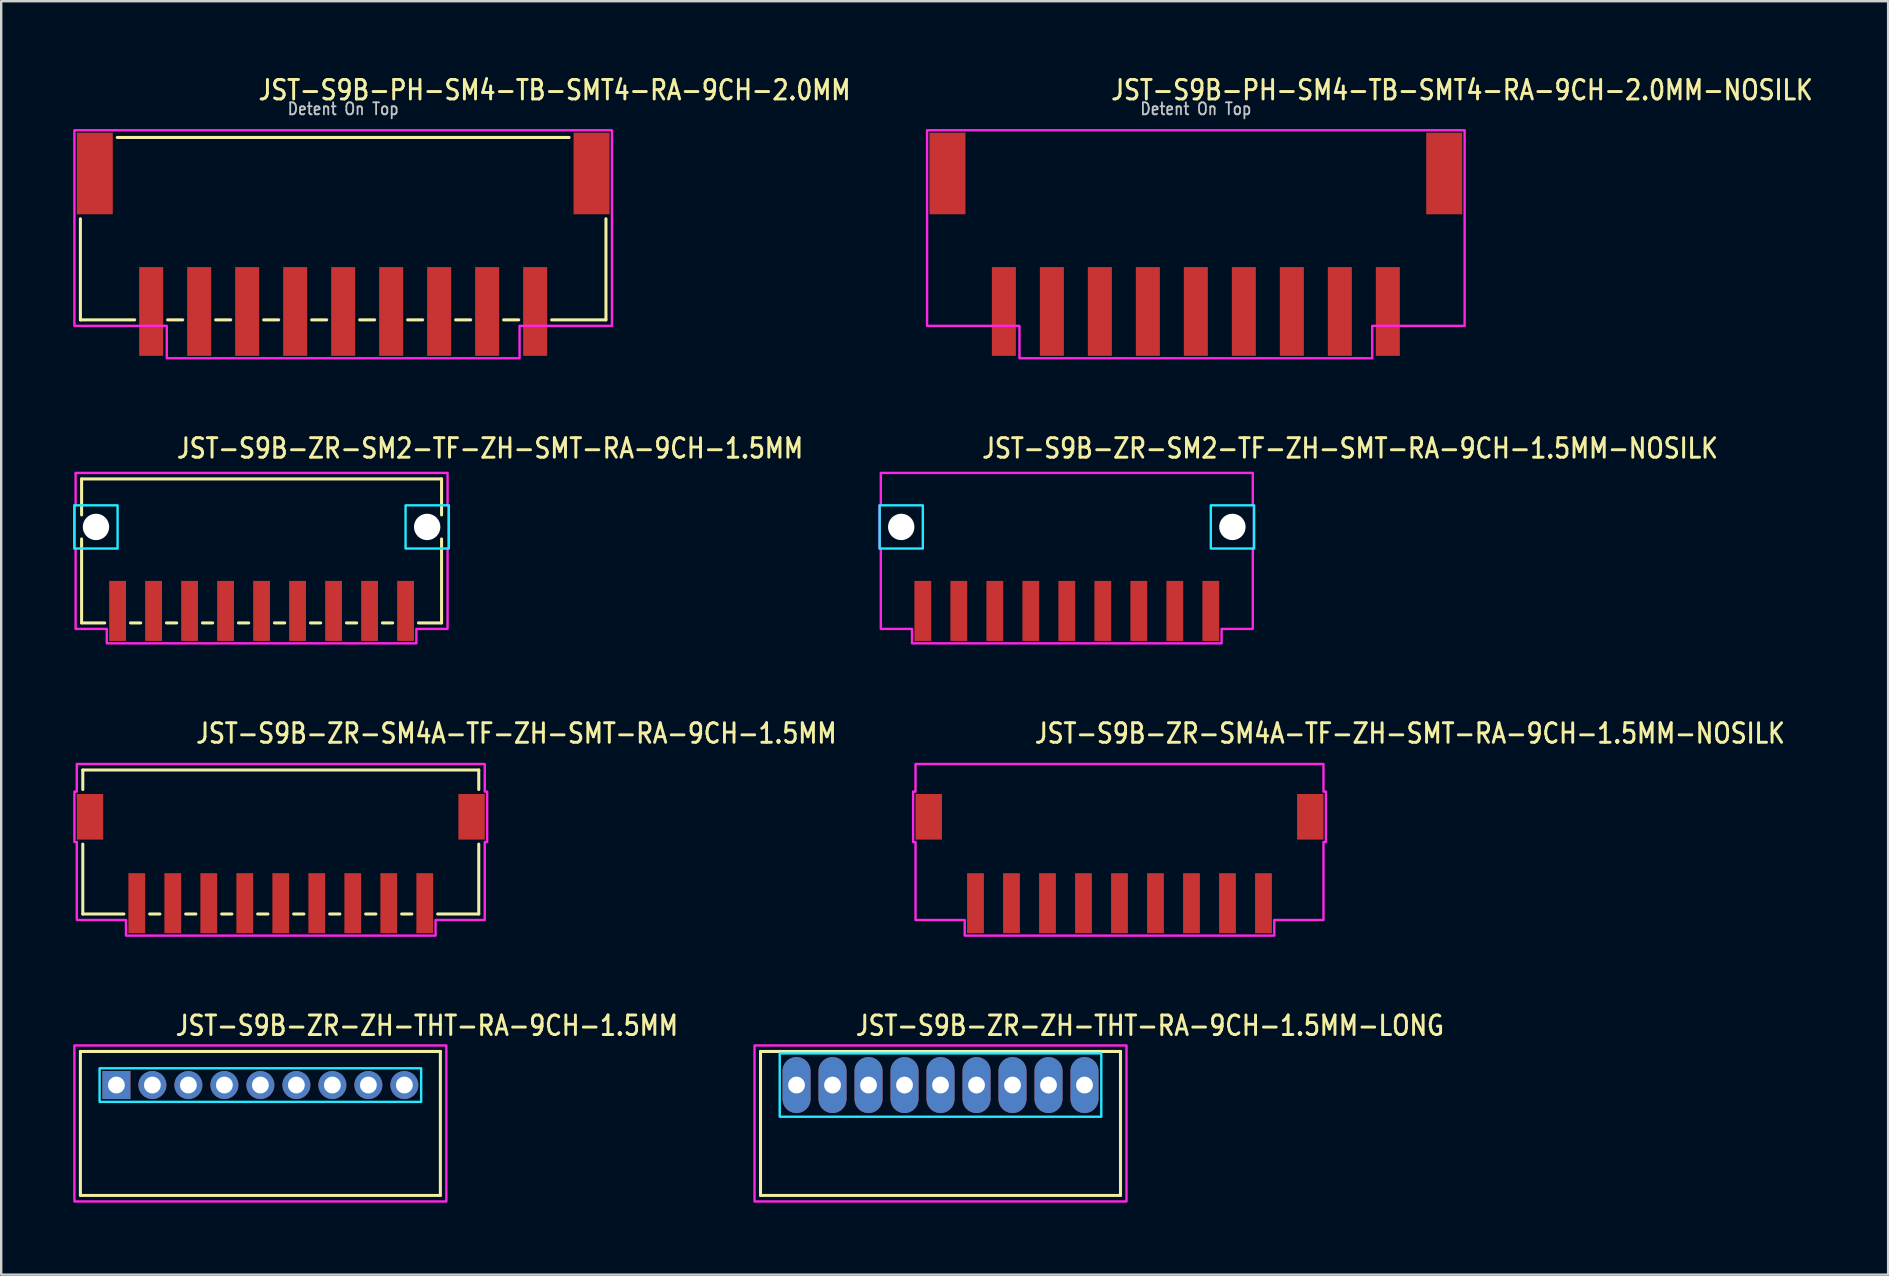
<source format=kicad_pcb>
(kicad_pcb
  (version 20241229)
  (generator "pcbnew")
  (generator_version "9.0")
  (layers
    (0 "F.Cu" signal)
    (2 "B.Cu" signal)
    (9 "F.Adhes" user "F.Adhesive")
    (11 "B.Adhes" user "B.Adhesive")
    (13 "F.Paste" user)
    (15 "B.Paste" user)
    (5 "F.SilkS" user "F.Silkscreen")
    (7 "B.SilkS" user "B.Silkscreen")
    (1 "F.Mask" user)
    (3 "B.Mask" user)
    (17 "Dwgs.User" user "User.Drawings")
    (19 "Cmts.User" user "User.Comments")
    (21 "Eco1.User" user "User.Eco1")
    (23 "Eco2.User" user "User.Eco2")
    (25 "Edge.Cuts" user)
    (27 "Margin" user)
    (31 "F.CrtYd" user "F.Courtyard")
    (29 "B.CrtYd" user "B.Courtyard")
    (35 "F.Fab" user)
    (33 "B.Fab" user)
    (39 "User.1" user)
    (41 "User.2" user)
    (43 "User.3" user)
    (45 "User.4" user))
  (footprint "JST-S9B-ZR-ZH-THT-RA-9CH-1.5MM-LONG"
    (layer "F.Cu")
    (at 36.141 42.164)
    (property "Reference" "JST-S9B-ZR-ZH-THT-RA-9CH-1.5MM-LONG" (at -3.6 -2 0) (unlocked yes) (layer "F.SilkS") (effects (font (size 0.813 0.695) (thickness 0.122)) (justify left bottom)))
    (fp_line (start -7.5 -1.4) (end 7.5 -1.4) (stroke (width 0.127) (type solid)) (layer "F.SilkS"))
    (fp_line (start -7.5 4.6) (end -7.5 -1.4) (stroke (width 0.127) (type solid)) (layer "F.SilkS"))
    (fp_line (start -7.5 4.6) (end 7.5 4.6) (stroke (width 0.127) (type solid)) (layer "F.SilkS"))
    (fp_line (start 7.5 -1.4) (end 7.5 4.6) (stroke (width 0.127) (type solid)) (layer "F.SilkS"))
    (fp_poly (pts (xy -6.7 -1.32) (xy -6.7 1.32) (xy 6.7 1.32) (xy 6.7 -1.32)) (stroke (width 0.1) (type solid)) (fill no) (layer "B.CrtYd"))
    (fp_poly (pts (xy -7.75 -1.65) (xy -7.75 4.85) (xy 7.75 4.85) (xy 7.75 -1.65)) (stroke (width 0.1) (type solid)) (fill no) (layer "F.CrtYd"))
    (pad "1" thru_hole oval (at -6 0 90) (size 2.333 1.167) (drill 0.7) (layers "*.Cu" "*.Mask"))
    (pad "2" thru_hole oval (at -4.5 0 90) (size 2.333 1.167) (drill 0.7) (layers "*.Cu" "*.Mask"))
    (pad "3" thru_hole oval (at -3 0 90) (size 2.333 1.167) (drill 0.7) (layers "*.Cu" "*.Mask"))
    (pad "4" thru_hole oval (at -1.5 0 90) (size 2.333 1.167) (drill 0.7) (layers "*.Cu" "*.Mask"))
    (pad "5" thru_hole oval (at 0 0 90) (size 2.333 1.167) (drill 0.7) (layers "*.Cu" "*.Mask"))
    (pad "6" thru_hole oval (at 1.5 0 90) (size 2.333 1.167) (drill 0.7) (layers "*.Cu" "*.Mask"))
    (pad "7" thru_hole oval (at 3 0 90) (size 2.333 1.167) (drill 0.7) (layers "*.Cu" "*.Mask"))
    (pad "8" thru_hole oval (at 4.5 0 90) (size 2.333 1.167) (drill 0.7) (layers "*.Cu" "*.Mask"))
    (pad "9" thru_hole oval (at 6 0 90) (size 2.333 1.167) (drill 0.7) (layers "*.Cu" "*.Mask")))
  (footprint "JST-S9B-PH-SM4-TB-SMT4-RA-9CH-2.0MM"
    (layer "F.Cu")
    (at 11.25 4.179)
    (property "Reference" "JST-S9B-PH-SM4-TB-SMT4-RA-9CH-2.0MM" (at -3.6 -3 0) (unlocked yes) (layer "F.SilkS") (effects (font (size 0.813 0.695) (thickness 0.122)) (justify left bottom)))
    (fp_line (start -10.95 6.1) (end -10.95 1.887) (stroke (width 0.127) (type solid)) (layer "F.SilkS"))
    (fp_line (start -10.95 6.1) (end -8.687 6.1) (stroke (width 0.127) (type solid)) (layer "F.SilkS"))
    (fp_line (start -9.414 -1.5) (end 9.414 -1.5) (stroke (width 0.127) (type solid)) (layer "F.SilkS"))
    (fp_line (start -7.314 6.1) (end -6.686 6.1) (stroke (width 0.127) (type solid)) (layer "F.SilkS"))
    (fp_line (start -5.314 6.1) (end -4.686 6.1) (stroke (width 0.127) (type solid)) (layer "F.SilkS"))
    (fp_line (start -3.313 6.1) (end -2.687 6.1) (stroke (width 0.127) (type solid)) (layer "F.SilkS"))
    (fp_line (start -1.313 6.1) (end -0.686 6.1) (stroke (width 0.127) (type solid)) (layer "F.SilkS"))
    (fp_line (start 0.686 6.1) (end 1.313 6.1) (stroke (width 0.127) (type solid)) (layer "F.SilkS"))
    (fp_line (start 2.687 6.1) (end 3.313 6.1) (stroke (width 0.127) (type solid)) (layer "F.SilkS"))
    (fp_line (start 4.686 6.1) (end 5.314 6.1) (stroke (width 0.127) (type solid)) (layer "F.SilkS"))
    (fp_line (start 6.686 6.1) (end 7.314 6.1) (stroke (width 0.127) (type solid)) (layer "F.SilkS"))
    (fp_line (start 8.687 6.1) (end 10.95 6.1) (stroke (width 0.127) (type solid)) (layer "F.SilkS"))
    (fp_line (start 10.95 1.887) (end 10.95 6.1) (stroke (width 0.127) (type solid)) (layer "F.SilkS"))
    (fp_poly (pts (xy -11.2 -1.8) (xy -11.2 6.35) (xy -7.35 6.35) (xy -7.35 7.7) (xy 7.35 7.7) (xy 7.35 6.35) (xy 11.2 6.35) (xy 11.2 -1.8)) (stroke (width 0.1) (type solid)) (fill no) (layer "F.CrtYd"))
    (fp_text user "Detent On Top" (at 0 -2.4 0) (unlocked yes) (layer "Dwgs.User") (effects (font (size 0.5 0.427) (thickness 0.075)) (justify bottom)))
    (pad "1" smd rect (at 8 5.75) (size 1 3.7) (layers "F.Cu" "F.Mask" "F.Paste"))
    (pad "2" smd rect (at 6 5.75) (size 1 3.7) (layers "F.Cu" "F.Mask" "F.Paste"))
    (pad "3" smd rect (at 4 5.75) (size 1 3.7) (layers "F.Cu" "F.Mask" "F.Paste"))
    (pad "4" smd rect (at 2 5.75) (size 1 3.7) (layers "F.Cu" "F.Mask" "F.Paste"))
    (pad "5" smd rect (at 0 5.75) (size 1 3.7) (layers "F.Cu" "F.Mask" "F.Paste"))
    (pad "6" smd rect (at -2 5.75) (size 1 3.7) (layers "F.Cu" "F.Mask" "F.Paste"))
    (pad "7" smd rect (at -4 5.75) (size 1 3.7) (layers "F.Cu" "F.Mask" "F.Paste"))
    (pad "8" smd rect (at -6 5.75) (size 1 3.7) (layers "F.Cu" "F.Mask" "F.Paste"))
    (pad "9" smd rect (at -8 5.75) (size 1 3.7) (layers "F.Cu" "F.Mask" "F.Paste"))
    (pad "S_1" smd rect (at -10.35 0) (size 1.5 3.4) (layers "F.Cu" "F.Mask" "F.Paste"))
    (pad "S_2" smd rect (at 10.35 0) (size 1.5 3.4) (layers "F.Cu" "F.Mask" "F.Paste")))
  (footprint "JST-S9B-ZR-SM2-TF-ZH-SMT-RA-9CH-1.5MM-NOSILK"
    (layer "F.Cu")
    (at 41.404 18.907)
    (property "Reference" "JST-S9B-ZR-SM2-TF-ZH-SMT-RA-9CH-1.5MM-NOSILK" (at -3.6 -2.8 0) (unlocked yes) (layer "F.SilkS") (effects (font (size 0.813 0.695) (thickness 0.122)) (justify left bottom)))
    (fp_poly (pts (xy -7.8 -0.9) (xy -7.8 0.9) (xy -6 0.9) (xy -6 -0.9)) (stroke (width 0.1) (type solid)) (fill no) (layer "B.CrtYd"))
    (fp_poly (pts (xy 7.8 -0.9) (xy 7.8 0.9) (xy 6 0.9) (xy 6 -0.9)) (stroke (width 0.1) (type solid)) (fill no) (layer "B.CrtYd"))
    (fp_poly (pts (xy -7.75 -2.25) (xy -7.75 -0.9) (xy -7.8 -0.9) (xy -7.8 0.9) (xy -7.75 0.9) (xy -7.75 4.25) (xy -6.45 4.25) (xy -6.45 4.85) (xy 6.45 4.85) (xy 6.45 4.25) (xy 7.75 4.25) (xy 7.75 0.9) (xy 7.8 0.9) (xy 7.8 -0.9) (xy 7.75 -0.9) (xy 7.75 -2.25)) (stroke (width 0.1) (type solid)) (fill no) (layer "F.CrtYd"))
    (pad "" np_thru_hole circle (at -6.9 0) (size 1.1 1.1) (drill 1.1) (layers "*.Cu" "*.Mask"))
    (pad "" np_thru_hole circle (at 6.9 0) (size 1.1 1.1) (drill 1.1) (layers "*.Cu" "*.Mask"))
    (pad "1" smd rect (at 6 3.5) (size 0.7 2.5) (layers "F.Cu" "F.Mask" "F.Paste"))
    (pad "2" smd rect (at 4.5 3.5) (size 0.7 2.5) (layers "F.Cu" "F.Mask" "F.Paste"))
    (pad "3" smd rect (at 3 3.5) (size 0.7 2.5) (layers "F.Cu" "F.Mask" "F.Paste"))
    (pad "4" smd rect (at 1.5 3.5) (size 0.7 2.5) (layers "F.Cu" "F.Mask" "F.Paste"))
    (pad "5" smd rect (at 0 3.5) (size 0.7 2.5) (layers "F.Cu" "F.Mask" "F.Paste"))
    (pad "6" smd rect (at -1.5 3.5) (size 0.7 2.5) (layers "F.Cu" "F.Mask" "F.Paste"))
    (pad "7" smd rect (at -3 3.5) (size 0.7 2.5) (layers "F.Cu" "F.Mask" "F.Paste"))
    (pad "8" smd rect (at -4.5 3.5) (size 0.7 2.5) (layers "F.Cu" "F.Mask" "F.Paste"))
    (pad "9" smd rect (at -6 3.5) (size 0.7 2.5) (layers "F.Cu" "F.Mask" "F.Paste")))
  (footprint "JST-S9B-ZR-SM2-TF-ZH-SMT-RA-9CH-1.5MM"
    (layer "F.Cu")
    (at 7.85 18.907)
    (property "Reference" "JST-S9B-ZR-SM2-TF-ZH-SMT-RA-9CH-1.5MM" (at -3.6 -2.8 0) (unlocked yes) (layer "F.SilkS") (effects (font (size 0.813 0.695) (thickness 0.122)) (justify left bottom)))
    (fp_line (start -7.5 -2) (end -7.5 -0.5) (stroke (width 0.127) (type solid)) (layer "F.SilkS"))
    (fp_line (start -7.5 -2) (end 7.5 -2) (stroke (width 0.127) (type solid)) (layer "F.SilkS"))
    (fp_line (start -7.5 4) (end -7.5 0.5) (stroke (width 0.127) (type solid)) (layer "F.SilkS"))
    (fp_line (start -7.5 4) (end -6.537 4) (stroke (width 0.127) (type solid)) (layer "F.SilkS"))
    (fp_line (start -5.463 4) (end -5.037 4) (stroke (width 0.127) (type solid)) (layer "F.SilkS"))
    (fp_line (start -3.963 4) (end -3.537 4) (stroke (width 0.127) (type solid)) (layer "F.SilkS"))
    (fp_line (start -2.463 4) (end -2.037 4) (stroke (width 0.127) (type solid)) (layer "F.SilkS"))
    (fp_line (start -0.964 4) (end -0.536 4) (stroke (width 0.127) (type solid)) (layer "F.SilkS"))
    (fp_line (start 0.536 4) (end 0.964 4) (stroke (width 0.127) (type solid)) (layer "F.SilkS"))
    (fp_line (start 2.037 4) (end 2.463 4) (stroke (width 0.127) (type solid)) (layer "F.SilkS"))
    (fp_line (start 3.537 4) (end 3.963 4) (stroke (width 0.127) (type solid)) (layer "F.SilkS"))
    (fp_line (start 5.037 4) (end 5.463 4) (stroke (width 0.127) (type solid)) (layer "F.SilkS"))
    (fp_line (start 6.537 4) (end 7.5 4) (stroke (width 0.127) (type solid)) (layer "F.SilkS"))
    (fp_line (start 7.5 -0.5) (end 7.5 -2) (stroke (width 0.127) (type solid)) (layer "F.SilkS"))
    (fp_line (start 7.5 0.5) (end 7.5 4) (stroke (width 0.127) (type solid)) (layer "F.SilkS"))
    (fp_poly (pts (xy -7.8 -0.9) (xy -7.8 0.9) (xy -6 0.9) (xy -6 -0.9)) (stroke (width 0.1) (type solid)) (fill no) (layer "B.CrtYd"))
    (fp_poly (pts (xy 7.8 -0.9) (xy 7.8 0.9) (xy 6 0.9) (xy 6 -0.9)) (stroke (width 0.1) (type solid)) (fill no) (layer "B.CrtYd"))
    (fp_poly (pts (xy -7.75 -2.25) (xy -7.75 -0.9) (xy -7.8 -0.9) (xy -7.8 0.9) (xy -7.75 0.9) (xy -7.75 4.25) (xy -6.45 4.25) (xy -6.45 4.85) (xy 6.45 4.85) (xy 6.45 4.25) (xy 7.75 4.25) (xy 7.75 0.9) (xy 7.8 0.9) (xy 7.8 -0.9) (xy 7.75 -0.9) (xy 7.75 -2.25)) (stroke (width 0.1) (type solid)) (fill no) (layer "F.CrtYd"))
    (pad "" np_thru_hole circle (at -6.9 0) (size 1.1 1.1) (drill 1.1) (layers "*.Cu" "*.Mask"))
    (pad "" np_thru_hole circle (at 6.9 0) (size 1.1 1.1) (drill 1.1) (layers "*.Cu" "*.Mask"))
    (pad "1" smd rect (at 6 3.5) (size 0.7 2.5) (layers "F.Cu" "F.Mask" "F.Paste"))
    (pad "2" smd rect (at 4.5 3.5) (size 0.7 2.5) (layers "F.Cu" "F.Mask" "F.Paste"))
    (pad "3" smd rect (at 3 3.5) (size 0.7 2.5) (layers "F.Cu" "F.Mask" "F.Paste"))
    (pad "4" smd rect (at 1.5 3.5) (size 0.7 2.5) (layers "F.Cu" "F.Mask" "F.Paste"))
    (pad "5" smd rect (at 0 3.5) (size 0.7 2.5) (layers "F.Cu" "F.Mask" "F.Paste"))
    (pad "6" smd rect (at -1.5 3.5) (size 0.7 2.5) (layers "F.Cu" "F.Mask" "F.Paste"))
    (pad "7" smd rect (at -3 3.5) (size 0.7 2.5) (layers "F.Cu" "F.Mask" "F.Paste"))
    (pad "8" smd rect (at -4.5 3.5) (size 0.7 2.5) (layers "F.Cu" "F.Mask" "F.Paste"))
    (pad "9" smd rect (at -6 3.5) (size 0.7 2.5) (layers "F.Cu" "F.Mask" "F.Paste")))
  (footprint "JST-S9B-ZR-ZH-THT-RA-9CH-1.5MM"
    (layer "F.Cu")
    (at 7.8 42.164)
    (property "Reference" "JST-S9B-ZR-ZH-THT-RA-9CH-1.5MM" (at -3.6 -2 0) (unlocked yes) (layer "F.SilkS") (effects (font (size 0.813 0.695) (thickness 0.122)) (justify left bottom)))
    (fp_line (start -7.5 -1.4) (end 7.5 -1.4) (stroke (width 0.127) (type solid)) (layer "F.SilkS"))
    (fp_line (start -7.5 4.6) (end -7.5 -1.4) (stroke (width 0.127) (type solid)) (layer "F.SilkS"))
    (fp_line (start -7.5 4.6) (end 7.5 4.6) (stroke (width 0.127) (type solid)) (layer "F.SilkS"))
    (fp_line (start 7.5 -1.4) (end 7.5 4.6) (stroke (width 0.127) (type solid)) (layer "F.SilkS"))
    (fp_poly (pts (xy -6.7 -0.7) (xy -6.7 0.7) (xy 6.7 0.7) (xy 6.7 -0.7)) (stroke (width 0.1) (type solid)) (fill no) (layer "B.CrtYd"))
    (fp_poly (pts (xy -7.75 -1.65) (xy -7.75 4.85) (xy 7.75 4.85) (xy 7.75 -1.65)) (stroke (width 0.1) (type solid)) (fill no) (layer "F.CrtYd"))
    (pad "1" thru_hole rect (at -6 0) (size 1.167 1.167) (drill 0.7) (layers "*.Cu" "*.Mask"))
    (pad "2" thru_hole oval (at -4.5 0) (size 1.167 1.167) (drill 0.7) (layers "*.Cu" "*.Mask"))
    (pad "3" thru_hole oval (at -3 0) (size 1.167 1.167) (drill 0.7) (layers "*.Cu" "*.Mask"))
    (pad "4" thru_hole oval (at -1.5 0) (size 1.167 1.167) (drill 0.7) (layers "*.Cu" "*.Mask"))
    (pad "5" thru_hole oval (at 0 0) (size 1.167 1.167) (drill 0.7) (layers "*.Cu" "*.Mask"))
    (pad "6" thru_hole oval (at 1.5 0) (size 1.167 1.167) (drill 0.7) (layers "*.Cu" "*.Mask"))
    (pad "7" thru_hole oval (at 3 0) (size 1.167 1.167) (drill 0.7) (layers "*.Cu" "*.Mask"))
    (pad "8" thru_hole oval (at 4.5 0) (size 1.167 1.167) (drill 0.7) (layers "*.Cu" "*.Mask"))
    (pad "9" thru_hole oval (at 6 0) (size 1.167 1.167) (drill 0.7) (layers "*.Cu" "*.Mask")))
  (footprint "JST-S9B-PH-SM4-TB-SMT4-RA-9CH-2.0MM-NOSILK"
    (layer "F.Cu")
    (at 46.781 4.179)
    (property "Reference" "JST-S9B-PH-SM4-TB-SMT4-RA-9CH-2.0MM-NOSILK" (at -3.6 -3 0) (unlocked yes) (layer "F.SilkS") (effects (font (size 0.813 0.695) (thickness 0.122)) (justify left bottom)))
    (fp_poly (pts (xy -11.2 -1.8) (xy -11.2 6.35) (xy -7.35 6.35) (xy -7.35 7.7) (xy 7.35 7.7) (xy 7.35 6.35) (xy 11.2 6.35) (xy 11.2 -1.8)) (stroke (width 0.1) (type solid)) (fill no) (layer "F.CrtYd"))
    (fp_text user "Detent On Top" (at 0 -2.4 0) (unlocked yes) (layer "Dwgs.User") (effects (font (size 0.5 0.427) (thickness 0.075)) (justify bottom)))
    (pad "1" smd rect (at 8 5.75) (size 1 3.7) (layers "F.Cu" "F.Mask" "F.Paste"))
    (pad "2" smd rect (at 6 5.75) (size 1 3.7) (layers "F.Cu" "F.Mask" "F.Paste"))
    (pad "3" smd rect (at 4 5.75) (size 1 3.7) (layers "F.Cu" "F.Mask" "F.Paste"))
    (pad "4" smd rect (at 2 5.75) (size 1 3.7) (layers "F.Cu" "F.Mask" "F.Paste"))
    (pad "5" smd rect (at 0 5.75) (size 1 3.7) (layers "F.Cu" "F.Mask" "F.Paste"))
    (pad "6" smd rect (at -2 5.75) (size 1 3.7) (layers "F.Cu" "F.Mask" "F.Paste"))
    (pad "7" smd rect (at -4 5.75) (size 1 3.7) (layers "F.Cu" "F.Mask" "F.Paste"))
    (pad "8" smd rect (at -6 5.75) (size 1 3.7) (layers "F.Cu" "F.Mask" "F.Paste"))
    (pad "9" smd rect (at -8 5.75) (size 1 3.7) (layers "F.Cu" "F.Mask" "F.Paste"))
    (pad "S_1" smd rect (at -10.35 0) (size 1.5 3.4) (layers "F.Cu" "F.Mask" "F.Paste"))
    (pad "S_2" smd rect (at 10.35 0) (size 1.5 3.4) (layers "F.Cu" "F.Mask" "F.Paste")))
  (footprint "JST-S9B-ZR-SM4A-TF-ZH-SMT-RA-9CH-1.5MM"
    (layer "F.Cu")
    (at 8.65 30.986)
    (property "Reference" "JST-S9B-ZR-SM4A-TF-ZH-SMT-RA-9CH-1.5MM" (at -3.6 -3 0) (unlocked yes) (layer "F.SilkS") (effects (font (size 0.813 0.695) (thickness 0.122)) (justify left bottom)))
    (fp_line (start -8.25 -1.95) (end -8.25 -1.137) (stroke (width 0.127) (type solid)) (layer "F.SilkS"))
    (fp_line (start -8.25 -1.95) (end 8.25 -1.95) (stroke (width 0.127) (type solid)) (layer "F.SilkS"))
    (fp_line (start -8.25 4.05) (end -8.25 1.137) (stroke (width 0.127) (type solid)) (layer "F.SilkS"))
    (fp_line (start -8.25 4.05) (end -6.537 4.05) (stroke (width 0.127) (type solid)) (layer "F.SilkS"))
    (fp_line (start -5.463 4.05) (end -5.037 4.05) (stroke (width 0.127) (type solid)) (layer "F.SilkS"))
    (fp_line (start -3.963 4.05) (end -3.537 4.05) (stroke (width 0.127) (type solid)) (layer "F.SilkS"))
    (fp_line (start -2.463 4.05) (end -2.037 4.05) (stroke (width 0.127) (type solid)) (layer "F.SilkS"))
    (fp_line (start -0.964 4.05) (end -0.536 4.05) (stroke (width 0.127) (type solid)) (layer "F.SilkS"))
    (fp_line (start 0.536 4.05) (end 0.964 4.05) (stroke (width 0.127) (type solid)) (layer "F.SilkS"))
    (fp_line (start 2.037 4.05) (end 2.463 4.05) (stroke (width 0.127) (type solid)) (layer "F.SilkS"))
    (fp_line (start 3.537 4.05) (end 3.963 4.05) (stroke (width 0.127) (type solid)) (layer "F.SilkS"))
    (fp_line (start 5.037 4.05) (end 5.463 4.05) (stroke (width 0.127) (type solid)) (layer "F.SilkS"))
    (fp_line (start 6.537 4.05) (end 8.25 4.05) (stroke (width 0.127) (type solid)) (layer "F.SilkS"))
    (fp_line (start 8.25 -1.137) (end 8.25 -1.95) (stroke (width 0.127) (type solid)) (layer "F.SilkS"))
    (fp_line (start 8.25 1.137) (end 8.25 4.05) (stroke (width 0.127) (type solid)) (layer "F.SilkS"))
    (fp_poly (pts (xy -8.5 -2.2) (xy -8.5 -1.05) (xy -8.6 -1.05) (xy -8.6 1.05) (xy -8.5 1.05) (xy -8.5 4.3) (xy -6.45 4.3) (xy -6.45 4.95) (xy 6.45 4.95) (xy 6.45 4.3) (xy 8.5 4.3) (xy 8.5 1.05) (xy 8.6 1.05) (xy 8.6 -1.05) (xy 8.5 -1.05) (xy 8.5 -2.2)) (stroke (width 0.1) (type solid)) (fill no) (layer "F.CrtYd"))
    (pad "1" smd rect (at 6 3.6) (size 0.7 2.5) (layers "F.Cu" "F.Mask" "F.Paste"))
    (pad "2" smd rect (at 4.5 3.6) (size 0.7 2.5) (layers "F.Cu" "F.Mask" "F.Paste"))
    (pad "3" smd rect (at 3 3.6) (size 0.7 2.5) (layers "F.Cu" "F.Mask" "F.Paste"))
    (pad "4" smd rect (at 1.5 3.6) (size 0.7 2.5) (layers "F.Cu" "F.Mask" "F.Paste"))
    (pad "5" smd rect (at 0 3.6) (size 0.7 2.5) (layers "F.Cu" "F.Mask" "F.Paste"))
    (pad "6" smd rect (at -1.5 3.6) (size 0.7 2.5) (layers "F.Cu" "F.Mask" "F.Paste"))
    (pad "7" smd rect (at -3 3.6) (size 0.7 2.5) (layers "F.Cu" "F.Mask" "F.Paste"))
    (pad "8" smd rect (at -4.5 3.6) (size 0.7 2.5) (layers "F.Cu" "F.Mask" "F.Paste"))
    (pad "9" smd rect (at -6 3.6) (size 0.7 2.5) (layers "F.Cu" "F.Mask" "F.Paste"))
    (pad "S_1" smd rect (at -7.95 0) (size 1.1 1.9) (layers "F.Cu" "F.Mask" "F.Paste"))
    (pad "S_2" smd rect (at 7.95 0) (size 1.1 1.9) (layers "F.Cu" "F.Mask" "F.Paste")))
  (footprint "JST-S9B-ZR-SM4A-TF-ZH-SMT-RA-9CH-1.5MM-NOSILK"
    (layer "F.Cu")
    (at 43.599 30.986)
    (property "Reference" "JST-S9B-ZR-SM4A-TF-ZH-SMT-RA-9CH-1.5MM-NOSILK" (at -3.6 -3 0) (unlocked yes) (layer "F.SilkS") (effects (font (size 0.813 0.695) (thickness 0.122)) (justify left bottom)))
    (fp_poly (pts (xy -8.5 -2.2) (xy -8.5 -1.05) (xy -8.6 -1.05) (xy -8.6 1.05) (xy -8.5 1.05) (xy -8.5 4.3) (xy -6.45 4.3) (xy -6.45 4.95) (xy 6.45 4.95) (xy 6.45 4.3) (xy 8.5 4.3) (xy 8.5 1.05) (xy 8.6 1.05) (xy 8.6 -1.05) (xy 8.5 -1.05) (xy 8.5 -2.2)) (stroke (width 0.1) (type solid)) (fill no) (layer "F.CrtYd"))
    (pad "1" smd rect (at 6 3.6) (size 0.7 2.5) (layers "F.Cu" "F.Mask" "F.Paste"))
    (pad "2" smd rect (at 4.5 3.6) (size 0.7 2.5) (layers "F.Cu" "F.Mask" "F.Paste"))
    (pad "3" smd rect (at 3 3.6) (size 0.7 2.5) (layers "F.Cu" "F.Mask" "F.Paste"))
    (pad "4" smd rect (at 1.5 3.6) (size 0.7 2.5) (layers "F.Cu" "F.Mask" "F.Paste"))
    (pad "5" smd rect (at 0 3.6) (size 0.7 2.5) (layers "F.Cu" "F.Mask" "F.Paste"))
    (pad "6" smd rect (at -1.5 3.6) (size 0.7 2.5) (layers "F.Cu" "F.Mask" "F.Paste"))
    (pad "7" smd rect (at -3 3.6) (size 0.7 2.5) (layers "F.Cu" "F.Mask" "F.Paste"))
    (pad "8" smd rect (at -4.5 3.6) (size 0.7 2.5) (layers "F.Cu" "F.Mask" "F.Paste"))
    (pad "9" smd rect (at -6 3.6) (size 0.7 2.5) (layers "F.Cu" "F.Mask" "F.Paste"))
    (pad "S_1" smd rect (at -7.95 0) (size 1.1 1.9) (layers "F.Cu" "F.Mask" "F.Paste"))
    (pad "S_2" smd rect (at 7.95 0) (size 1.1 1.9) (layers "F.Cu" "F.Mask" "F.Paste")))
  (gr_rect
    (start -3 -3)
    (end 75.628 50.064)
    (stroke (width 0.1) (type default))
    (fill no)
    (layer "Edge.Cuts")))
</source>
